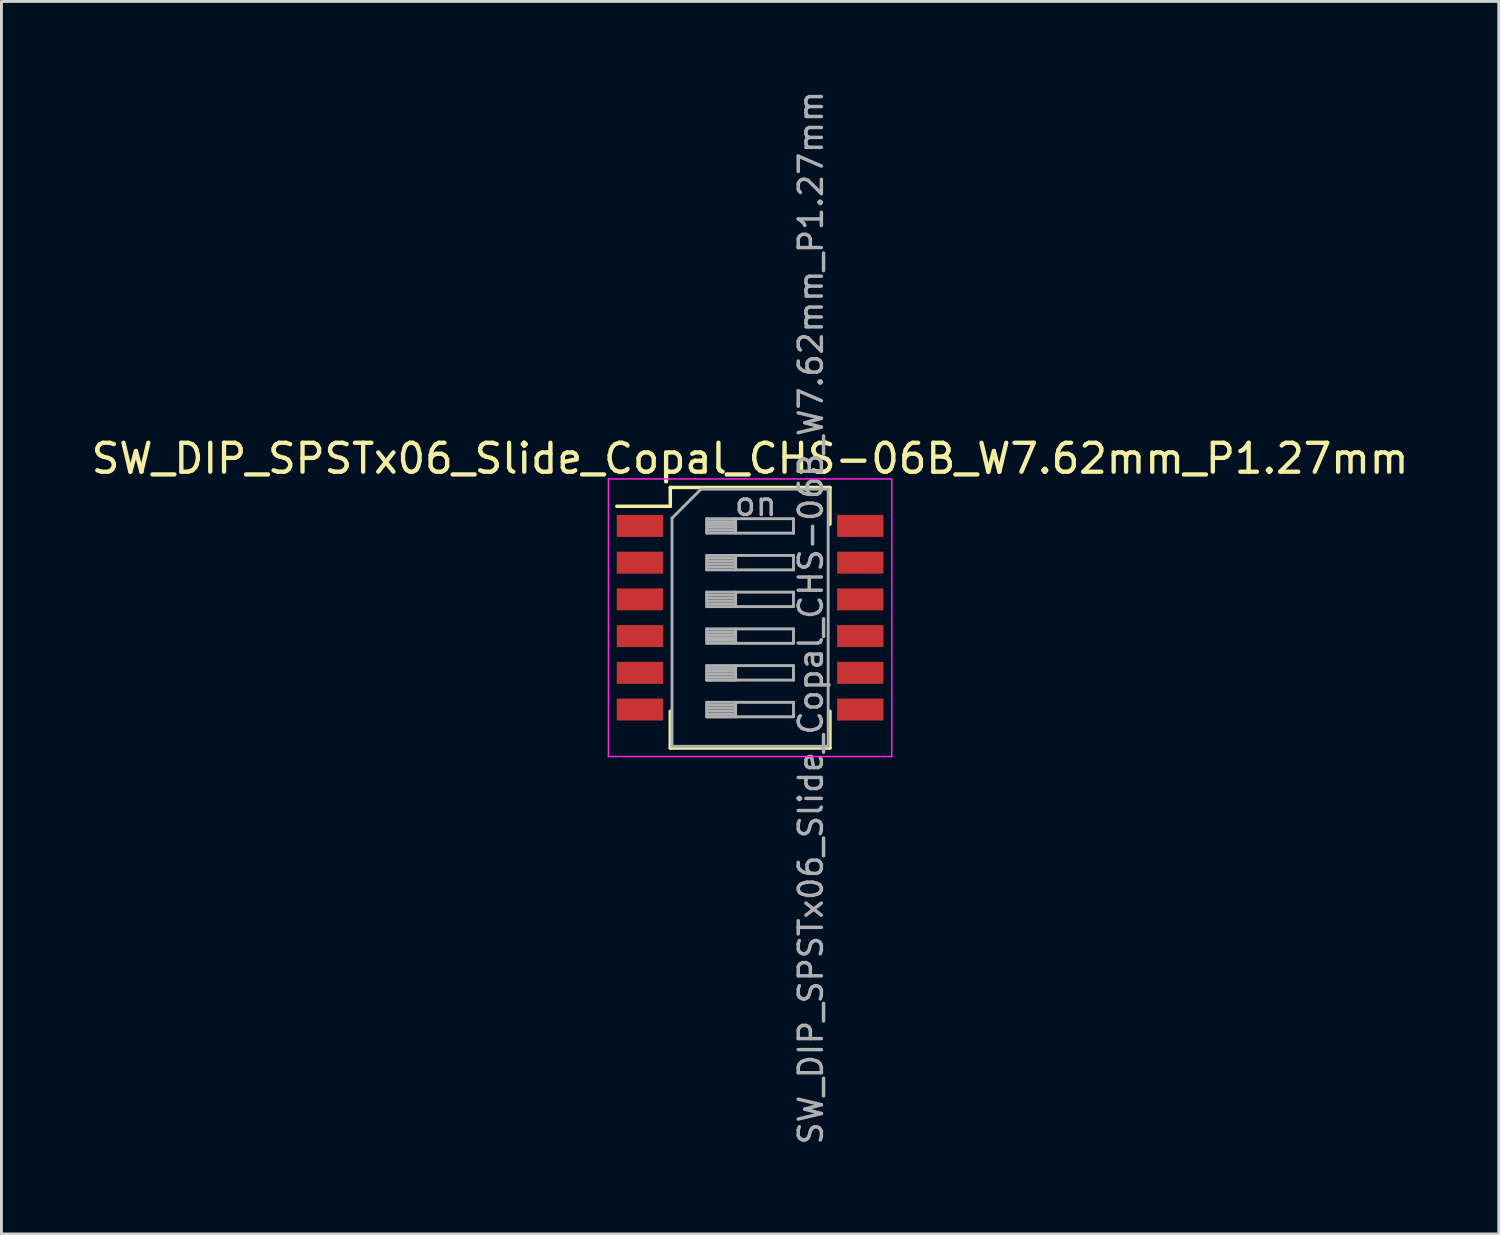
<source format=kicad_pcb>
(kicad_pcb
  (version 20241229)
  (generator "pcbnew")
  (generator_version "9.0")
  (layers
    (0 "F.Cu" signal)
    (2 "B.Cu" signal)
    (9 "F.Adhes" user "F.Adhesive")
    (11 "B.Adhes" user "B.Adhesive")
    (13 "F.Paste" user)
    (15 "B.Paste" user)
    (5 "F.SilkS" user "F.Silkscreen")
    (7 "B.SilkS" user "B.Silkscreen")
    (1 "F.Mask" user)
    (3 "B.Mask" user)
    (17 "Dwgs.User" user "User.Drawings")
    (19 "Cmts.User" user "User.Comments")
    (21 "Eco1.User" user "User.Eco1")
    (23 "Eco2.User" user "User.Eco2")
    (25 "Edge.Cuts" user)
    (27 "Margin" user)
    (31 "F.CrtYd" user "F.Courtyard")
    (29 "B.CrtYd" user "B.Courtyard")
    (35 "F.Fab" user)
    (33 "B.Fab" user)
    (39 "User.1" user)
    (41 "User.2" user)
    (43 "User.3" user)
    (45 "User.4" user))
  (footprint "SW_DIP_SPSTx06_Slide_Copal_CHS-06B_W7.62mm_P1.27mm"
    (layer "F.Cu")
    (at 22.887 18.31)
    (property "Reference" "SW_DIP_SPSTx06_Slide_Copal_CHS-06B_W7.62mm_P1.27mm" (at 0 -5.505 0) (layer "F.SilkS") (effects (font (size 1 1) (thickness 0.15))))
    (attr smd)
    (fp_line (start -4.61 -3.855) (end -2.76 -3.855) (stroke (width 0.12) (type solid)) (layer "F.SilkS"))
    (fp_line (start -2.76 -4.505) (end -2.76 -3.855) (stroke (width 0.12) (type solid)) (layer "F.SilkS"))
    (fp_line (start -2.76 -4.505) (end 2.76 -4.505) (stroke (width 0.12) (type solid)) (layer "F.SilkS"))
    (fp_line (start -2.76 3.235) (end -2.76 4.505) (stroke (width 0.12) (type solid)) (layer "F.SilkS"))
    (fp_line (start -2.76 4.505) (end 2.76 4.505) (stroke (width 0.12) (type solid)) (layer "F.SilkS"))
    (fp_line (start 2.76 -4.505) (end 2.76 -3.236) (stroke (width 0.12) (type solid)) (layer "F.SilkS"))
    (fp_line (start 2.76 3.235) (end 2.76 4.505) (stroke (width 0.12) (type solid)) (layer "F.SilkS"))
    (fp_line (start -4.9 -4.8) (end -4.9 4.8) (stroke (width 0.05) (type solid)) (layer "F.CrtYd"))
    (fp_line (start -4.9 4.8) (end 4.9 4.8) (stroke (width 0.05) (type solid)) (layer "F.CrtYd"))
    (fp_line (start 4.9 -4.8) (end -4.9 -4.8) (stroke (width 0.05) (type solid)) (layer "F.CrtYd"))
    (fp_line (start 4.9 4.8) (end 4.9 -4.8) (stroke (width 0.05) (type solid)) (layer "F.CrtYd"))
    (fp_line (start -2.7 -3.445) (end -1.7 -4.445) (stroke (width 0.1) (type solid)) (layer "F.Fab"))
    (fp_line (start -2.7 4.445) (end -2.7 -3.445) (stroke (width 0.1) (type solid)) (layer "F.Fab"))
    (fp_line (start -1.7 -4.445) (end 2.7 -4.445) (stroke (width 0.1) (type solid)) (layer "F.Fab"))
    (fp_line (start -1.5 -3.425) (end -1.5 -2.925) (stroke (width 0.1) (type solid)) (layer "F.Fab"))
    (fp_line (start -1.5 -3.325) (end -0.5 -3.325) (stroke (width 0.1) (type solid)) (layer "F.Fab"))
    (fp_line (start -1.5 -3.225) (end -0.5 -3.225) (stroke (width 0.1) (type solid)) (layer "F.Fab"))
    (fp_line (start -1.5 -3.125) (end -0.5 -3.125) (stroke (width 0.1) (type solid)) (layer "F.Fab"))
    (fp_line (start -1.5 -3.025) (end -0.5 -3.025) (stroke (width 0.1) (type solid)) (layer "F.Fab"))
    (fp_line (start -1.5 -2.925) (end 1.5 -2.925) (stroke (width 0.1) (type solid)) (layer "F.Fab"))
    (fp_line (start -1.5 -2.155) (end -1.5 -1.655) (stroke (width 0.1) (type solid)) (layer "F.Fab"))
    (fp_line (start -1.5 -2.055) (end -0.5 -2.055) (stroke (width 0.1) (type solid)) (layer "F.Fab"))
    (fp_line (start -1.5 -1.955) (end -0.5 -1.955) (stroke (width 0.1) (type solid)) (layer "F.Fab"))
    (fp_line (start -1.5 -1.855) (end -0.5 -1.855) (stroke (width 0.1) (type solid)) (layer "F.Fab"))
    (fp_line (start -1.5 -1.755) (end -0.5 -1.755) (stroke (width 0.1) (type solid)) (layer "F.Fab"))
    (fp_line (start -1.5 -1.655) (end 1.5 -1.655) (stroke (width 0.1) (type solid)) (layer "F.Fab"))
    (fp_line (start -1.5 -0.885) (end -1.5 -0.385) (stroke (width 0.1) (type solid)) (layer "F.Fab"))
    (fp_line (start -1.5 -0.785) (end -0.5 -0.785) (stroke (width 0.1) (type solid)) (layer "F.Fab"))
    (fp_line (start -1.5 -0.685) (end -0.5 -0.685) (stroke (width 0.1) (type solid)) (layer "F.Fab"))
    (fp_line (start -1.5 -0.585) (end -0.5 -0.585) (stroke (width 0.1) (type solid)) (layer "F.Fab"))
    (fp_line (start -1.5 -0.485) (end -0.5 -0.485) (stroke (width 0.1) (type solid)) (layer "F.Fab"))
    (fp_line (start -1.5 -0.385) (end 1.5 -0.385) (stroke (width 0.1) (type solid)) (layer "F.Fab"))
    (fp_line (start -1.5 0.385) (end -1.5 0.885) (stroke (width 0.1) (type solid)) (layer "F.Fab"))
    (fp_line (start -1.5 0.485) (end -0.5 0.485) (stroke (width 0.1) (type solid)) (layer "F.Fab"))
    (fp_line (start -1.5 0.585) (end -0.5 0.585) (stroke (width 0.1) (type solid)) (layer "F.Fab"))
    (fp_line (start -1.5 0.685) (end -0.5 0.685) (stroke (width 0.1) (type solid)) (layer "F.Fab"))
    (fp_line (start -1.5 0.785) (end -0.5 0.785) (stroke (width 0.1) (type solid)) (layer "F.Fab"))
    (fp_line (start -1.5 0.885) (end 1.5 0.885) (stroke (width 0.1) (type solid)) (layer "F.Fab"))
    (fp_line (start -1.5 1.655) (end -1.5 2.155) (stroke (width 0.1) (type solid)) (layer "F.Fab"))
    (fp_line (start -1.5 1.755) (end -0.5 1.755) (stroke (width 0.1) (type solid)) (layer "F.Fab"))
    (fp_line (start -1.5 1.855) (end -0.5 1.855) (stroke (width 0.1) (type solid)) (layer "F.Fab"))
    (fp_line (start -1.5 1.955) (end -0.5 1.955) (stroke (width 0.1) (type solid)) (layer "F.Fab"))
    (fp_line (start -1.5 2.055) (end -0.5 2.055) (stroke (width 0.1) (type solid)) (layer "F.Fab"))
    (fp_line (start -1.5 2.155) (end -0.5 2.155) (stroke (width 0.1) (type solid)) (layer "F.Fab"))
    (fp_line (start -1.5 2.155) (end 1.5 2.155) (stroke (width 0.1) (type solid)) (layer "F.Fab"))
    (fp_line (start -1.5 2.925) (end -1.5 3.425) (stroke (width 0.1) (type solid)) (layer "F.Fab"))
    (fp_line (start -1.5 3.025) (end -0.5 3.025) (stroke (width 0.1) (type solid)) (layer "F.Fab"))
    (fp_line (start -1.5 3.125) (end -0.5 3.125) (stroke (width 0.1) (type solid)) (layer "F.Fab"))
    (fp_line (start -1.5 3.225) (end -0.5 3.225) (stroke (width 0.1) (type solid)) (layer "F.Fab"))
    (fp_line (start -1.5 3.325) (end -0.5 3.325) (stroke (width 0.1) (type solid)) (layer "F.Fab"))
    (fp_line (start -1.5 3.425) (end -0.5 3.425) (stroke (width 0.1) (type solid)) (layer "F.Fab"))
    (fp_line (start -1.5 3.425) (end 1.5 3.425) (stroke (width 0.1) (type solid)) (layer "F.Fab"))
    (fp_line (start -0.5 -3.425) (end -0.5 -2.925) (stroke (width 0.1) (type solid)) (layer "F.Fab"))
    (fp_line (start -0.5 -2.155) (end -0.5 -1.655) (stroke (width 0.1) (type solid)) (layer "F.Fab"))
    (fp_line (start -0.5 -0.885) (end -0.5 -0.385) (stroke (width 0.1) (type solid)) (layer "F.Fab"))
    (fp_line (start -0.5 0.385) (end -0.5 0.885) (stroke (width 0.1) (type solid)) (layer "F.Fab"))
    (fp_line (start -0.5 1.655) (end -0.5 2.155) (stroke (width 0.1) (type solid)) (layer "F.Fab"))
    (fp_line (start -0.5 2.925) (end -0.5 3.425) (stroke (width 0.1) (type solid)) (layer "F.Fab"))
    (fp_line (start 1.5 -3.425) (end -1.5 -3.425) (stroke (width 0.1) (type solid)) (layer "F.Fab"))
    (fp_line (start 1.5 -2.925) (end 1.5 -3.425) (stroke (width 0.1) (type solid)) (layer "F.Fab"))
    (fp_line (start 1.5 -2.155) (end -1.5 -2.155) (stroke (width 0.1) (type solid)) (layer "F.Fab"))
    (fp_line (start 1.5 -1.655) (end 1.5 -2.155) (stroke (width 0.1) (type solid)) (layer "F.Fab"))
    (fp_line (start 1.5 -0.885) (end -1.5 -0.885) (stroke (width 0.1) (type solid)) (layer "F.Fab"))
    (fp_line (start 1.5 -0.385) (end 1.5 -0.885) (stroke (width 0.1) (type solid)) (layer "F.Fab"))
    (fp_line (start 1.5 0.385) (end -1.5 0.385) (stroke (width 0.1) (type solid)) (layer "F.Fab"))
    (fp_line (start 1.5 0.885) (end 1.5 0.385) (stroke (width 0.1) (type solid)) (layer "F.Fab"))
    (fp_line (start 1.5 1.655) (end -1.5 1.655) (stroke (width 0.1) (type solid)) (layer "F.Fab"))
    (fp_line (start 1.5 2.155) (end 1.5 1.655) (stroke (width 0.1) (type solid)) (layer "F.Fab"))
    (fp_line (start 1.5 2.925) (end -1.5 2.925) (stroke (width 0.1) (type solid)) (layer "F.Fab"))
    (fp_line (start 1.5 3.425) (end 1.5 2.925) (stroke (width 0.1) (type solid)) (layer "F.Fab"))
    (fp_line (start 2.7 -4.445) (end 2.7 4.445) (stroke (width 0.1) (type solid)) (layer "F.Fab"))
    (fp_line (start 2.7 4.445) (end -2.7 4.445) (stroke (width 0.1) (type solid)) (layer "F.Fab"))
    (fp_text user "on" (at 0.195 -3.935 0) (layer "F.Fab") (effects (font (size 0.8 0.8) (thickness 0.12))))
    (fp_text user "${REFERENCE}" (at 2.1 0 90) (layer "F.Fab") (effects (font (size 0.8 0.8) (thickness 0.12))))
    (pad "1" smd rect (at -3.81 -3.175) (size 1.6 0.76) (layers "F.Cu" "F.Mask" "F.Paste"))
    (pad "2" smd rect (at -3.81 -1.905) (size 1.6 0.76) (layers "F.Cu" "F.Mask" "F.Paste"))
    (pad "3" smd rect (at -3.81 -0.635) (size 1.6 0.76) (layers "F.Cu" "F.Mask" "F.Paste"))
    (pad "4" smd rect (at -3.81 0.635) (size 1.6 0.76) (layers "F.Cu" "F.Mask" "F.Paste"))
    (pad "5" smd rect (at -3.81 1.905) (size 1.6 0.76) (layers "F.Cu" "F.Mask" "F.Paste"))
    (pad "6" smd rect (at -3.81 3.175) (size 1.6 0.76) (layers "F.Cu" "F.Mask" "F.Paste"))
    (pad "7" smd rect (at 3.81 3.175) (size 1.6 0.76) (layers "F.Cu" "F.Mask" "F.Paste"))
    (pad "8" smd rect (at 3.81 1.905) (size 1.6 0.76) (layers "F.Cu" "F.Mask" "F.Paste"))
    (pad "9" smd rect (at 3.81 0.635) (size 1.6 0.76) (layers "F.Cu" "F.Mask" "F.Paste"))
    (pad "10" smd rect (at 3.81 -0.635) (size 1.6 0.76) (layers "F.Cu" "F.Mask" "F.Paste"))
    (pad "11" smd rect (at 3.81 -1.905) (size 1.6 0.76) (layers "F.Cu" "F.Mask" "F.Paste"))
    (pad "12" smd rect (at 3.81 -3.175) (size 1.6 0.76) (layers "F.Cu" "F.Mask" "F.Paste")))
  (gr_rect
    (start -3 -3)
    (end 48.774 39.619)
    (stroke (width 0.1) (type default))
    (fill no)
    (layer "Edge.Cuts")))
</source>
